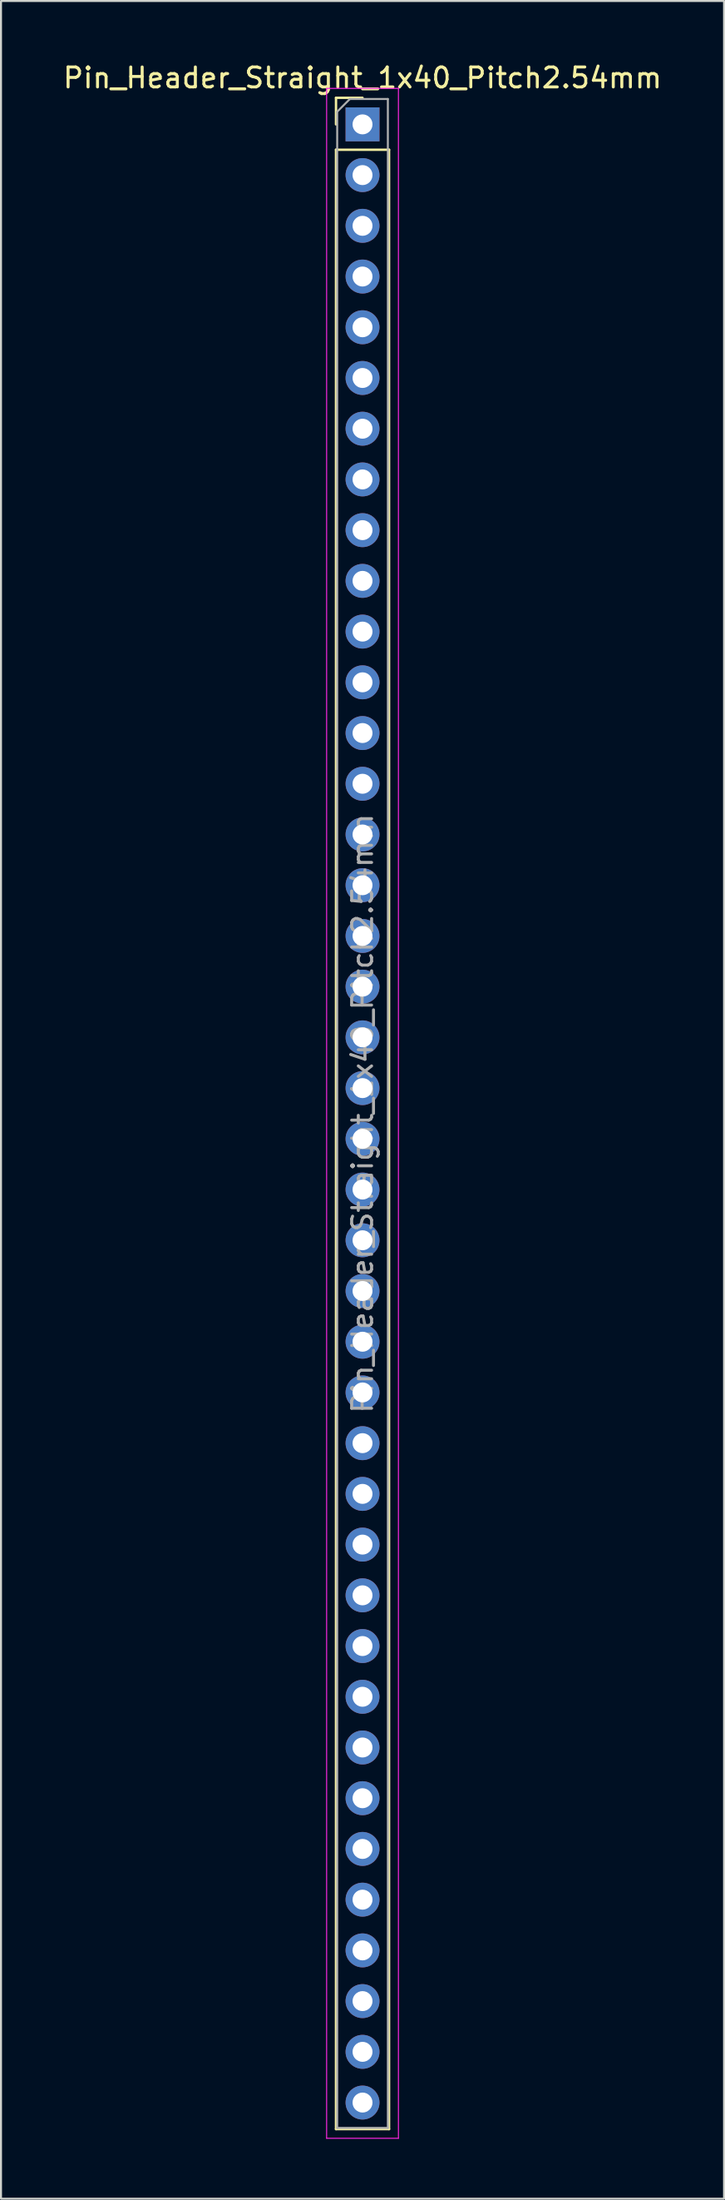
<source format=kicad_pcb>
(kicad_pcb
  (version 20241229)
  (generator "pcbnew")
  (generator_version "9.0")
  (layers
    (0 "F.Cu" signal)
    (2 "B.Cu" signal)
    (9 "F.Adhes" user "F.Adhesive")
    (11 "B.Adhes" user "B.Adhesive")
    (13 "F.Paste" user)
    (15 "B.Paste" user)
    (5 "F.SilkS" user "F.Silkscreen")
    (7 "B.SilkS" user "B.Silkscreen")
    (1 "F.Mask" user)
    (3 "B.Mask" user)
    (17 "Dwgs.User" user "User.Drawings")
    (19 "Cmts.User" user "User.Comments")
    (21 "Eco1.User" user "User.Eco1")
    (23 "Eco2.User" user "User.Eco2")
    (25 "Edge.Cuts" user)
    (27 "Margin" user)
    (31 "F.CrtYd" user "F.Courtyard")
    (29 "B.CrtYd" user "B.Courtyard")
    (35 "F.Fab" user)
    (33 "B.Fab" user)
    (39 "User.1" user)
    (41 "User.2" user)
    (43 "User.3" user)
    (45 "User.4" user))
  (footprint "Pin_Header_Straight_1x40_Pitch2.54mm"
    (layer "F.Cu")
    (at 15.125 3.178)
    (property "Reference" "Pin_Header_Straight_1x40_Pitch2.54mm" (at 0 -2.33 0) (layer "F.SilkS") (effects (font (size 1 1) (thickness 0.15))))
    (attr through_hole)
    (fp_line (start -1.33 -1.33) (end 0 -1.33) (stroke (width 0.12) (type solid)) (layer "F.SilkS"))
    (fp_line (start -1.33 0) (end -1.33 -1.33) (stroke (width 0.12) (type solid)) (layer "F.SilkS"))
    (fp_line (start -1.33 1.27) (end -1.33 100.39) (stroke (width 0.12) (type solid)) (layer "F.SilkS"))
    (fp_line (start -1.33 1.27) (end 1.33 1.27) (stroke (width 0.12) (type solid)) (layer "F.SilkS"))
    (fp_line (start -1.33 100.39) (end 1.33 100.39) (stroke (width 0.12) (type solid)) (layer "F.SilkS"))
    (fp_line (start 1.33 1.27) (end 1.33 100.39) (stroke (width 0.12) (type solid)) (layer "F.SilkS"))
    (fp_line (start -1.8 -1.8) (end -1.8 100.85) (stroke (width 0.05) (type solid)) (layer "F.CrtYd"))
    (fp_line (start -1.8 100.85) (end 1.8 100.85) (stroke (width 0.05) (type solid)) (layer "F.CrtYd"))
    (fp_line (start 1.8 -1.8) (end -1.8 -1.8) (stroke (width 0.05) (type solid)) (layer "F.CrtYd"))
    (fp_line (start 1.8 100.85) (end 1.8 -1.8) (stroke (width 0.05) (type solid)) (layer "F.CrtYd"))
    (fp_line (start -1.27 -0.635) (end -0.635 -1.27) (stroke (width 0.1) (type solid)) (layer "F.Fab"))
    (fp_line (start -1.27 100.33) (end -1.27 -0.635) (stroke (width 0.1) (type solid)) (layer "F.Fab"))
    (fp_line (start -0.635 -1.27) (end 1.27 -1.27) (stroke (width 0.1) (type solid)) (layer "F.Fab"))
    (fp_line (start 1.27 -1.27) (end 1.27 100.33) (stroke (width 0.1) (type solid)) (layer "F.Fab"))
    (fp_line (start 1.27 100.33) (end -1.27 100.33) (stroke (width 0.1) (type solid)) (layer "F.Fab"))
    (fp_text user "${REFERENCE}" (at 0 49.53 90) (layer "F.Fab") (effects (font (size 1 1) (thickness 0.15))))
    (pad "1" thru_hole rect (at 0 0) (size 1.7 1.7) (drill 1) (layers "*.Cu" "*.Mask"))
    (pad "2" thru_hole oval (at 0 2.54) (size 1.7 1.7) (drill 1) (layers "*.Cu" "*.Mask"))
    (pad "3" thru_hole oval (at 0 5.08) (size 1.7 1.7) (drill 1) (layers "*.Cu" "*.Mask"))
    (pad "4" thru_hole oval (at 0 7.62) (size 1.7 1.7) (drill 1) (layers "*.Cu" "*.Mask"))
    (pad "5" thru_hole oval (at 0 10.16) (size 1.7 1.7) (drill 1) (layers "*.Cu" "*.Mask"))
    (pad "6" thru_hole oval (at 0 12.7) (size 1.7 1.7) (drill 1) (layers "*.Cu" "*.Mask"))
    (pad "7" thru_hole oval (at 0 15.24) (size 1.7 1.7) (drill 1) (layers "*.Cu" "*.Mask"))
    (pad "8" thru_hole oval (at 0 17.78) (size 1.7 1.7) (drill 1) (layers "*.Cu" "*.Mask"))
    (pad "9" thru_hole oval (at 0 20.32) (size 1.7 1.7) (drill 1) (layers "*.Cu" "*.Mask"))
    (pad "10" thru_hole oval (at 0 22.86) (size 1.7 1.7) (drill 1) (layers "*.Cu" "*.Mask"))
    (pad "11" thru_hole oval (at 0 25.4) (size 1.7 1.7) (drill 1) (layers "*.Cu" "*.Mask"))
    (pad "12" thru_hole oval (at 0 27.94) (size 1.7 1.7) (drill 1) (layers "*.Cu" "*.Mask"))
    (pad "13" thru_hole oval (at 0 30.48) (size 1.7 1.7) (drill 1) (layers "*.Cu" "*.Mask"))
    (pad "14" thru_hole oval (at 0 33.02) (size 1.7 1.7) (drill 1) (layers "*.Cu" "*.Mask"))
    (pad "15" thru_hole oval (at 0 35.56) (size 1.7 1.7) (drill 1) (layers "*.Cu" "*.Mask"))
    (pad "16" thru_hole oval (at 0 38.1) (size 1.7 1.7) (drill 1) (layers "*.Cu" "*.Mask"))
    (pad "17" thru_hole oval (at 0 40.64) (size 1.7 1.7) (drill 1) (layers "*.Cu" "*.Mask"))
    (pad "18" thru_hole oval (at 0 43.18) (size 1.7 1.7) (drill 1) (layers "*.Cu" "*.Mask"))
    (pad "19" thru_hole oval (at 0 45.72) (size 1.7 1.7) (drill 1) (layers "*.Cu" "*.Mask"))
    (pad "20" thru_hole oval (at 0 48.26) (size 1.7 1.7) (drill 1) (layers "*.Cu" "*.Mask"))
    (pad "21" thru_hole oval (at 0 50.8) (size 1.7 1.7) (drill 1) (layers "*.Cu" "*.Mask"))
    (pad "22" thru_hole oval (at 0 53.34) (size 1.7 1.7) (drill 1) (layers "*.Cu" "*.Mask"))
    (pad "23" thru_hole oval (at 0 55.88) (size 1.7 1.7) (drill 1) (layers "*.Cu" "*.Mask"))
    (pad "24" thru_hole oval (at 0 58.42) (size 1.7 1.7) (drill 1) (layers "*.Cu" "*.Mask"))
    (pad "25" thru_hole oval (at 0 60.96) (size 1.7 1.7) (drill 1) (layers "*.Cu" "*.Mask"))
    (pad "26" thru_hole oval (at 0 63.5) (size 1.7 1.7) (drill 1) (layers "*.Cu" "*.Mask"))
    (pad "27" thru_hole oval (at 0 66.04) (size 1.7 1.7) (drill 1) (layers "*.Cu" "*.Mask"))
    (pad "28" thru_hole oval (at 0 68.58) (size 1.7 1.7) (drill 1) (layers "*.Cu" "*.Mask"))
    (pad "29" thru_hole oval (at 0 71.12) (size 1.7 1.7) (drill 1) (layers "*.Cu" "*.Mask"))
    (pad "30" thru_hole oval (at 0 73.66) (size 1.7 1.7) (drill 1) (layers "*.Cu" "*.Mask"))
    (pad "31" thru_hole oval (at 0 76.2) (size 1.7 1.7) (drill 1) (layers "*.Cu" "*.Mask"))
    (pad "32" thru_hole oval (at 0 78.74) (size 1.7 1.7) (drill 1) (layers "*.Cu" "*.Mask"))
    (pad "33" thru_hole oval (at 0 81.28) (size 1.7 1.7) (drill 1) (layers "*.Cu" "*.Mask"))
    (pad "34" thru_hole oval (at 0 83.82) (size 1.7 1.7) (drill 1) (layers "*.Cu" "*.Mask"))
    (pad "35" thru_hole oval (at 0 86.36) (size 1.7 1.7) (drill 1) (layers "*.Cu" "*.Mask"))
    (pad "36" thru_hole oval (at 0 88.9) (size 1.7 1.7) (drill 1) (layers "*.Cu" "*.Mask"))
    (pad "37" thru_hole oval (at 0 91.44) (size 1.7 1.7) (drill 1) (layers "*.Cu" "*.Mask"))
    (pad "38" thru_hole oval (at 0 93.98) (size 1.7 1.7) (drill 1) (layers "*.Cu" "*.Mask"))
    (pad "39" thru_hole oval (at 0 96.52) (size 1.7 1.7) (drill 1) (layers "*.Cu" "*.Mask"))
    (pad "40" thru_hole oval (at 0 99.06) (size 1.7 1.7) (drill 1) (layers "*.Cu" "*.Mask")))
  (gr_rect
    (start -3 -3)
    (end 33.25 107.053)
    (stroke (width 0.1) (type default))
    (fill no)
    (layer "Edge.Cuts")))
</source>
